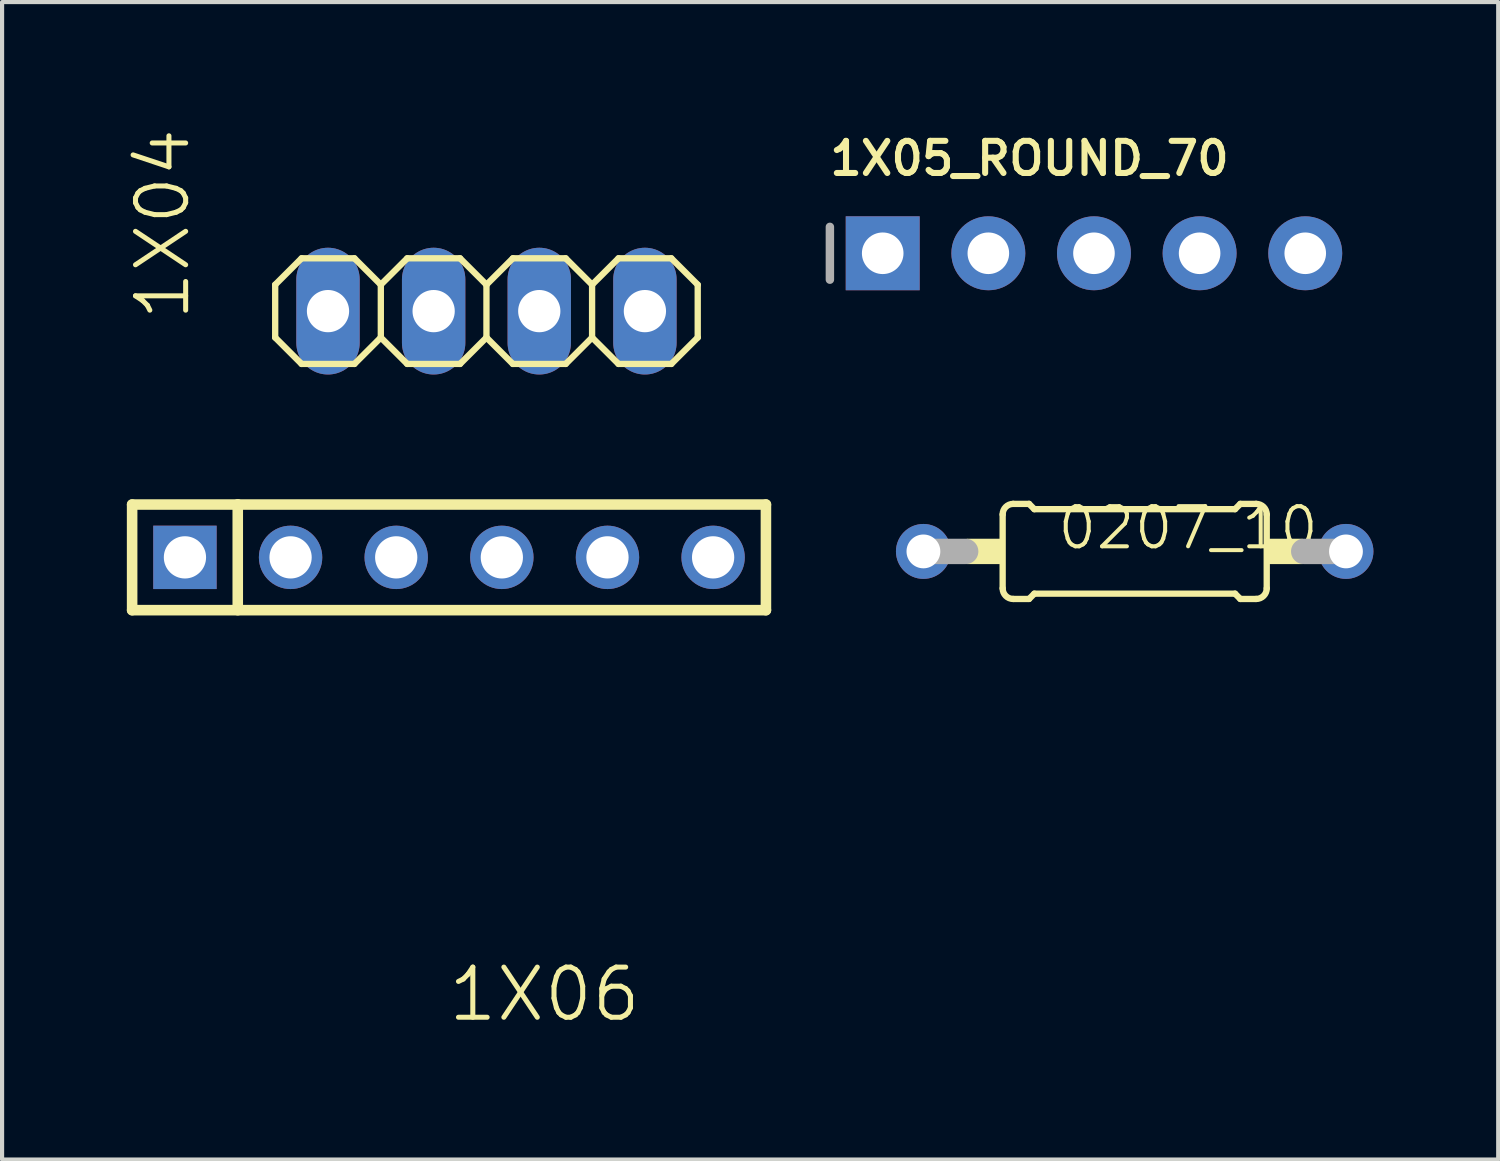
<source format=kicad_pcb>
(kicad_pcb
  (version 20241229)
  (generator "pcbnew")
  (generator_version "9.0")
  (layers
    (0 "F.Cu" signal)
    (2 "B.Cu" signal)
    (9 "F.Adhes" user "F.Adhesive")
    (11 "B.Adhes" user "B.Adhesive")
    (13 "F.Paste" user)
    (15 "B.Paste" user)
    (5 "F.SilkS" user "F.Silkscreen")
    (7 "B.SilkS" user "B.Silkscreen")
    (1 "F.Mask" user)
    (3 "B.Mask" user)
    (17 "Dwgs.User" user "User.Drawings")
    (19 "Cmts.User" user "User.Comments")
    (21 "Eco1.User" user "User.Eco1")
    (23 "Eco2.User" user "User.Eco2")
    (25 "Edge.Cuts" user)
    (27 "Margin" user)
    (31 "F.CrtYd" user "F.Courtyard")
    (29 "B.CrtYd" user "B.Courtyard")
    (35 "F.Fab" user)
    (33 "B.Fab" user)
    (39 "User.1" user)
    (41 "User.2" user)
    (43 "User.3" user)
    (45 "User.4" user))
  (footprint "1X05_ROUND_70"
    (layer "F.Cu")
    (at 23.255 3.04)
    (property "Reference" "1X05_ROUND_70" (at -6.426 -1.829 0) (layer "F.SilkS") (effects (font (size 0.772 0.772) (thickness 0.146)) (justify left bottom)))
    (attr through_hole)
    (fp_line (start -6.35 -0.635) (end -6.35 0.635) (stroke (width 0.203) (type solid)) (layer "F.Fab"))
    (fp_poly (pts (xy -5.334 0.254) (xy -4.826 0.254) (xy -4.826 -0.254) (xy -5.334 -0.254)) (stroke (width 0.1) (type solid)) (fill no) (layer "F.Fab"))
    (fp_poly (pts (xy -2.794 0.254) (xy -2.286 0.254) (xy -2.286 -0.254) (xy -2.794 -0.254)) (stroke (width 0.1) (type solid)) (fill no) (layer "F.Fab"))
    (fp_poly (pts (xy -0.254 0.254) (xy 0.254 0.254) (xy 0.254 -0.254) (xy -0.254 -0.254)) (stroke (width 0.1) (type solid)) (fill no) (layer "F.Fab"))
    (fp_poly (pts (xy 2.286 0.254) (xy 2.794 0.254) (xy 2.794 -0.254) (xy 2.286 -0.254)) (stroke (width 0.1) (type solid)) (fill no) (layer "F.Fab"))
    (fp_poly (pts (xy 4.826 0.254) (xy 5.334 0.254) (xy 5.334 -0.254) (xy 4.826 -0.254)) (stroke (width 0.1) (type solid)) (fill no) (layer "F.Fab"))
    (pad "1" thru_hole rect (at -5.08 0 90) (size 1.778 1.778) (drill 1) (layers "*.Cu" "*.Mask"))
    (pad "2" thru_hole circle (at -2.54 0 90) (size 1.778 1.778) (drill 1) (layers "*.Cu" "*.Mask"))
    (pad "3" thru_hole circle (at 0 0 90) (size 1.778 1.778) (drill 1) (layers "*.Cu" "*.Mask"))
    (pad "4" thru_hole circle (at 2.54 0 90) (size 1.778 1.778) (drill 1) (layers "*.Cu" "*.Mask"))
    (pad "5" thru_hole circle (at 5.08 0 90) (size 1.778 1.778) (drill 1) (layers "*.Cu" "*.Mask")))
  (footprint "1X04"
    (layer "F.Cu")
    (at 8.647 4.431)
    (property "Reference" "1X04" (at -7.079 0.286 270) (layer "F.SilkS") (effects (font (size 1.206 1.206) (thickness 0.121)) (justify left bottom)))
    (attr through_hole)
    (fp_line (start -5.08 -0.635) (end -5.08 0.635) (stroke (width 0.152) (type solid)) (layer "F.SilkS"))
    (fp_line (start -5.08 0.635) (end -4.445 1.27) (stroke (width 0.152) (type solid)) (layer "F.SilkS"))
    (fp_line (start -4.445 -1.27) (end -5.08 -0.635) (stroke (width 0.152) (type solid)) (layer "F.SilkS"))
    (fp_line (start -4.445 -1.27) (end -3.175 -1.27) (stroke (width 0.152) (type solid)) (layer "F.SilkS"))
    (fp_line (start -3.175 -1.27) (end -2.54 -0.635) (stroke (width 0.152) (type solid)) (layer "F.SilkS"))
    (fp_line (start -3.175 1.27) (end -4.445 1.27) (stroke (width 0.152) (type solid)) (layer "F.SilkS"))
    (fp_line (start -2.54 -0.635) (end -2.54 0.635) (stroke (width 0.152) (type solid)) (layer "F.SilkS"))
    (fp_line (start -2.54 -0.635) (end -1.905 -1.27) (stroke (width 0.152) (type solid)) (layer "F.SilkS"))
    (fp_line (start -2.54 0.635) (end -3.175 1.27) (stroke (width 0.152) (type solid)) (layer "F.SilkS"))
    (fp_line (start -1.905 -1.27) (end -0.635 -1.27) (stroke (width 0.152) (type solid)) (layer "F.SilkS"))
    (fp_line (start -1.905 1.27) (end -2.54 0.635) (stroke (width 0.152) (type solid)) (layer "F.SilkS"))
    (fp_line (start -0.635 -1.27) (end 0 -0.635) (stroke (width 0.152) (type solid)) (layer "F.SilkS"))
    (fp_line (start -0.635 1.27) (end -1.905 1.27) (stroke (width 0.152) (type solid)) (layer "F.SilkS"))
    (fp_line (start 0 -0.635) (end 0 0.635) (stroke (width 0.152) (type solid)) (layer "F.SilkS"))
    (fp_line (start 0 -0.635) (end 0.635 -1.27) (stroke (width 0.152) (type solid)) (layer "F.SilkS"))
    (fp_line (start 0 0.635) (end -0.635 1.27) (stroke (width 0.152) (type solid)) (layer "F.SilkS"))
    (fp_line (start 0.635 -1.27) (end 1.905 -1.27) (stroke (width 0.152) (type solid)) (layer "F.SilkS"))
    (fp_line (start 0.635 1.27) (end 0 0.635) (stroke (width 0.152) (type solid)) (layer "F.SilkS"))
    (fp_line (start 1.905 -1.27) (end 2.54 -0.635) (stroke (width 0.152) (type solid)) (layer "F.SilkS"))
    (fp_line (start 1.905 1.27) (end 0.635 1.27) (stroke (width 0.152) (type solid)) (layer "F.SilkS"))
    (fp_line (start 2.54 -0.635) (end 2.54 0.635) (stroke (width 0.152) (type solid)) (layer "F.SilkS"))
    (fp_line (start 2.54 0.635) (end 1.905 1.27) (stroke (width 0.152) (type solid)) (layer "F.SilkS"))
    (fp_line (start 2.54 0.635) (end 3.175 1.27) (stroke (width 0.152) (type solid)) (layer "F.SilkS"))
    (fp_line (start 3.175 -1.27) (end 2.54 -0.635) (stroke (width 0.152) (type solid)) (layer "F.SilkS"))
    (fp_line (start 3.175 -1.27) (end 4.445 -1.27) (stroke (width 0.152) (type solid)) (layer "F.SilkS"))
    (fp_line (start 4.445 -1.27) (end 5.08 -0.635) (stroke (width 0.152) (type solid)) (layer "F.SilkS"))
    (fp_line (start 4.445 1.27) (end 3.175 1.27) (stroke (width 0.152) (type solid)) (layer "F.SilkS"))
    (fp_line (start 5.08 -0.635) (end 5.08 0.635) (stroke (width 0.152) (type solid)) (layer "F.SilkS"))
    (fp_line (start 5.08 0.635) (end 4.445 1.27) (stroke (width 0.152) (type solid)) (layer "F.SilkS"))
    (fp_poly (pts (xy -4.064 0.254) (xy -3.556 0.254) (xy -3.556 -0.254) (xy -4.064 -0.254)) (stroke (width 0.1) (type solid)) (fill no) (layer "F.Fab"))
    (fp_poly (pts (xy -1.524 0.254) (xy -1.016 0.254) (xy -1.016 -0.254) (xy -1.524 -0.254)) (stroke (width 0.1) (type solid)) (fill no) (layer "F.Fab"))
    (fp_poly (pts (xy 1.016 0.254) (xy 1.524 0.254) (xy 1.524 -0.254) (xy 1.016 -0.254)) (stroke (width 0.1) (type solid)) (fill no) (layer "F.Fab"))
    (fp_poly (pts (xy 3.556 0.254) (xy 4.064 0.254) (xy 4.064 -0.254) (xy 3.556 -0.254)) (stroke (width 0.1) (type solid)) (fill no) (layer "F.Fab"))
    (pad "1" thru_hole oval (at -3.81 0 90) (size 3.048 1.524) (drill 1.016) (layers "*.Cu" "*.Mask"))
    (pad "2" thru_hole oval (at -1.27 0 90) (size 3.048 1.524) (drill 1.016) (layers "*.Cu" "*.Mask"))
    (pad "3" thru_hole oval (at 1.27 0 90) (size 3.048 1.524) (drill 1.016) (layers "*.Cu" "*.Mask"))
    (pad "4" thru_hole oval (at 3.81 0 90) (size 3.048 1.524) (drill 1.016) (layers "*.Cu" "*.Mask")))
  (footprint "1X06"
    (layer "F.Cu")
    (at 7.747 10.352)
    (property "Reference" "1X06" (at -0.082 11.212 180) (layer "F.SilkS") (effects (font (size 1.206 1.206) (thickness 0.121)) (justify left bottom)))
    (attr through_hole)
    (fp_line (start -7.62 -1.27) (end -7.62 1.27) (stroke (width 0.254) (type solid)) (layer "F.SilkS"))
    (fp_line (start -5.08 -1.27) (end -7.62 -1.27) (stroke (width 0.254) (type solid)) (layer "F.SilkS"))
    (fp_line (start -5.08 -1.27) (end -5.08 1.27) (stroke (width 0.254) (type solid)) (layer "F.SilkS"))
    (fp_line (start 7.62 -1.27) (end -5.08 -1.27) (stroke (width 0.254) (type solid)) (layer "F.SilkS"))
    (fp_line (start 7.62 -1.27) (end 7.62 1.27) (stroke (width 0.254) (type solid)) (layer "F.SilkS"))
    (fp_line (start 7.62 1.27) (end -7.62 1.27) (stroke (width 0.254) (type solid)) (layer "F.SilkS"))
    (fp_poly (pts (xy -6.604 0.254) (xy -6.096 0.254) (xy -6.096 -0.254) (xy -6.604 -0.254)) (stroke (width 0.1) (type solid)) (fill no) (layer "F.Fab"))
    (fp_poly (pts (xy -4.064 0.254) (xy -3.556 0.254) (xy -3.556 -0.254) (xy -4.064 -0.254)) (stroke (width 0.1) (type solid)) (fill no) (layer "F.Fab"))
    (fp_poly (pts (xy -1.524 0.254) (xy -1.016 0.254) (xy -1.016 -0.254) (xy -1.524 -0.254)) (stroke (width 0.1) (type solid)) (fill no) (layer "F.Fab"))
    (fp_poly (pts (xy 1.016 0.254) (xy 1.524 0.254) (xy 1.524 -0.254) (xy 1.016 -0.254)) (stroke (width 0.1) (type solid)) (fill no) (layer "F.Fab"))
    (fp_poly (pts (xy 3.556 0.254) (xy 4.064 0.254) (xy 4.064 -0.254) (xy 3.556 -0.254)) (stroke (width 0.1) (type solid)) (fill no) (layer "F.Fab"))
    (fp_poly (pts (xy 6.096 0.254) (xy 6.604 0.254) (xy 6.604 -0.254) (xy 6.096 -0.254)) (stroke (width 0.1) (type solid)) (fill no) (layer "F.Fab"))
    (pad "1" thru_hole rect (at -6.35 0 90) (size 1.524 1.524) (drill 1.016) (layers "*.Cu" "*.Mask"))
    (pad "2" thru_hole circle (at -3.81 0 90) (size 1.524 1.524) (drill 1.016) (layers "*.Cu" "*.Mask"))
    (pad "3" thru_hole circle (at -1.27 0 90) (size 1.524 1.524) (drill 1.016) (layers "*.Cu" "*.Mask"))
    (pad "4" thru_hole circle (at 1.27 0 90) (size 1.524 1.524) (drill 1.016) (layers "*.Cu" "*.Mask"))
    (pad "5" thru_hole circle (at 3.81 0 90) (size 1.524 1.524) (drill 1.016) (layers "*.Cu" "*.Mask"))
    (pad "6" thru_hole circle (at 6.35 0 90) (size 1.524 1.524) (drill 1.016) (layers "*.Cu" "*.Mask")))
  (footprint "0207_10"
    (layer "F.Cu")
    (at 24.234 10.209)
    (property "Reference" "0207_10" (at -1.905 0 0) (layer "F.SilkS") (effects (font (size 0.965 0.965) (thickness 0.097)) (justify left bottom)))
    (attr through_hole)
    (fp_line (start -3.175 0.889) (end -3.175 -0.889) (stroke (width 0.152) (type solid)) (layer "F.SilkS"))
    (fp_line (start -2.921 -1.143) (end -2.54 -1.143) (stroke (width 0.152) (type solid)) (layer "F.SilkS"))
    (fp_line (start -2.921 1.143) (end -2.54 1.143) (stroke (width 0.152) (type solid)) (layer "F.SilkS"))
    (fp_line (start -2.413 -1.016) (end -2.54 -1.143) (stroke (width 0.152) (type solid)) (layer "F.SilkS"))
    (fp_line (start -2.413 1.016) (end -2.54 1.143) (stroke (width 0.152) (type solid)) (layer "F.SilkS"))
    (fp_line (start 2.413 -1.016) (end -2.413 -1.016) (stroke (width 0.152) (type solid)) (layer "F.SilkS"))
    (fp_line (start 2.413 -1.016) (end 2.54 -1.143) (stroke (width 0.152) (type solid)) (layer "F.SilkS"))
    (fp_line (start 2.413 1.016) (end -2.413 1.016) (stroke (width 0.152) (type solid)) (layer "F.SilkS"))
    (fp_line (start 2.413 1.016) (end 2.54 1.143) (stroke (width 0.152) (type solid)) (layer "F.SilkS"))
    (fp_line (start 2.921 -1.143) (end 2.54 -1.143) (stroke (width 0.152) (type solid)) (layer "F.SilkS"))
    (fp_line (start 2.921 1.143) (end 2.54 1.143) (stroke (width 0.152) (type solid)) (layer "F.SilkS"))
    (fp_line (start 3.175 0.889) (end 3.175 -0.889) (stroke (width 0.152) (type solid)) (layer "F.SilkS"))
    (fp_arc (start -3.175 -0.889) (mid -3.100605 -1.068605) (end -2.921 -1.143) (stroke (width 0.1524) (type solid)) (layer "F.SilkS"))
    (fp_arc (start -2.921 1.143) (mid -3.100605 1.068605) (end -3.175 0.889) (stroke (width 0.1524) (type solid)) (layer "F.SilkS"))
    (fp_arc (start 2.921 -1.143) (mid 3.100605 -1.068605) (end 3.175 -0.889) (stroke (width 0.1524) (type solid)) (layer "F.SilkS"))
    (fp_arc (start 3.175 0.889) (mid 3.100605 1.068605) (end 2.921 1.143) (stroke (width 0.1524) (type solid)) (layer "F.SilkS"))
    (fp_poly (pts (xy -4.039 0.305) (xy -3.175 0.305) (xy -3.175 -0.305) (xy -4.039 -0.305)) (stroke (width 0) (type solid)) (fill yes) (layer "F.SilkS"))
    (fp_poly (pts (xy 3.175 0.305) (xy 4.039 0.305) (xy 4.039 -0.305) (xy 3.175 -0.305)) (stroke (width 0) (type solid)) (fill yes) (layer "F.SilkS"))
    (fp_line (start -5.08 0) (end -4.064 0) (stroke (width 0.61) (type solid)) (layer "F.Fab"))
    (fp_line (start 5.08 0) (end 4.064 0) (stroke (width 0.61) (type solid)) (layer "F.Fab"))
    (pad "1" thru_hole circle (at -5.08 0) (size 1.321 1.321) (drill 0.813) (layers "*.Cu" "*.Mask"))
    (pad "2" thru_hole circle (at 5.08 0) (size 1.321 1.321) (drill 0.813) (layers "*.Cu" "*.Mask")))
  (gr_rect
    (start -3 -3)
    (end 32.975 24.831)
    (stroke (width 0.1) (type default))
    (fill no)
    (layer "Edge.Cuts")))
</source>
